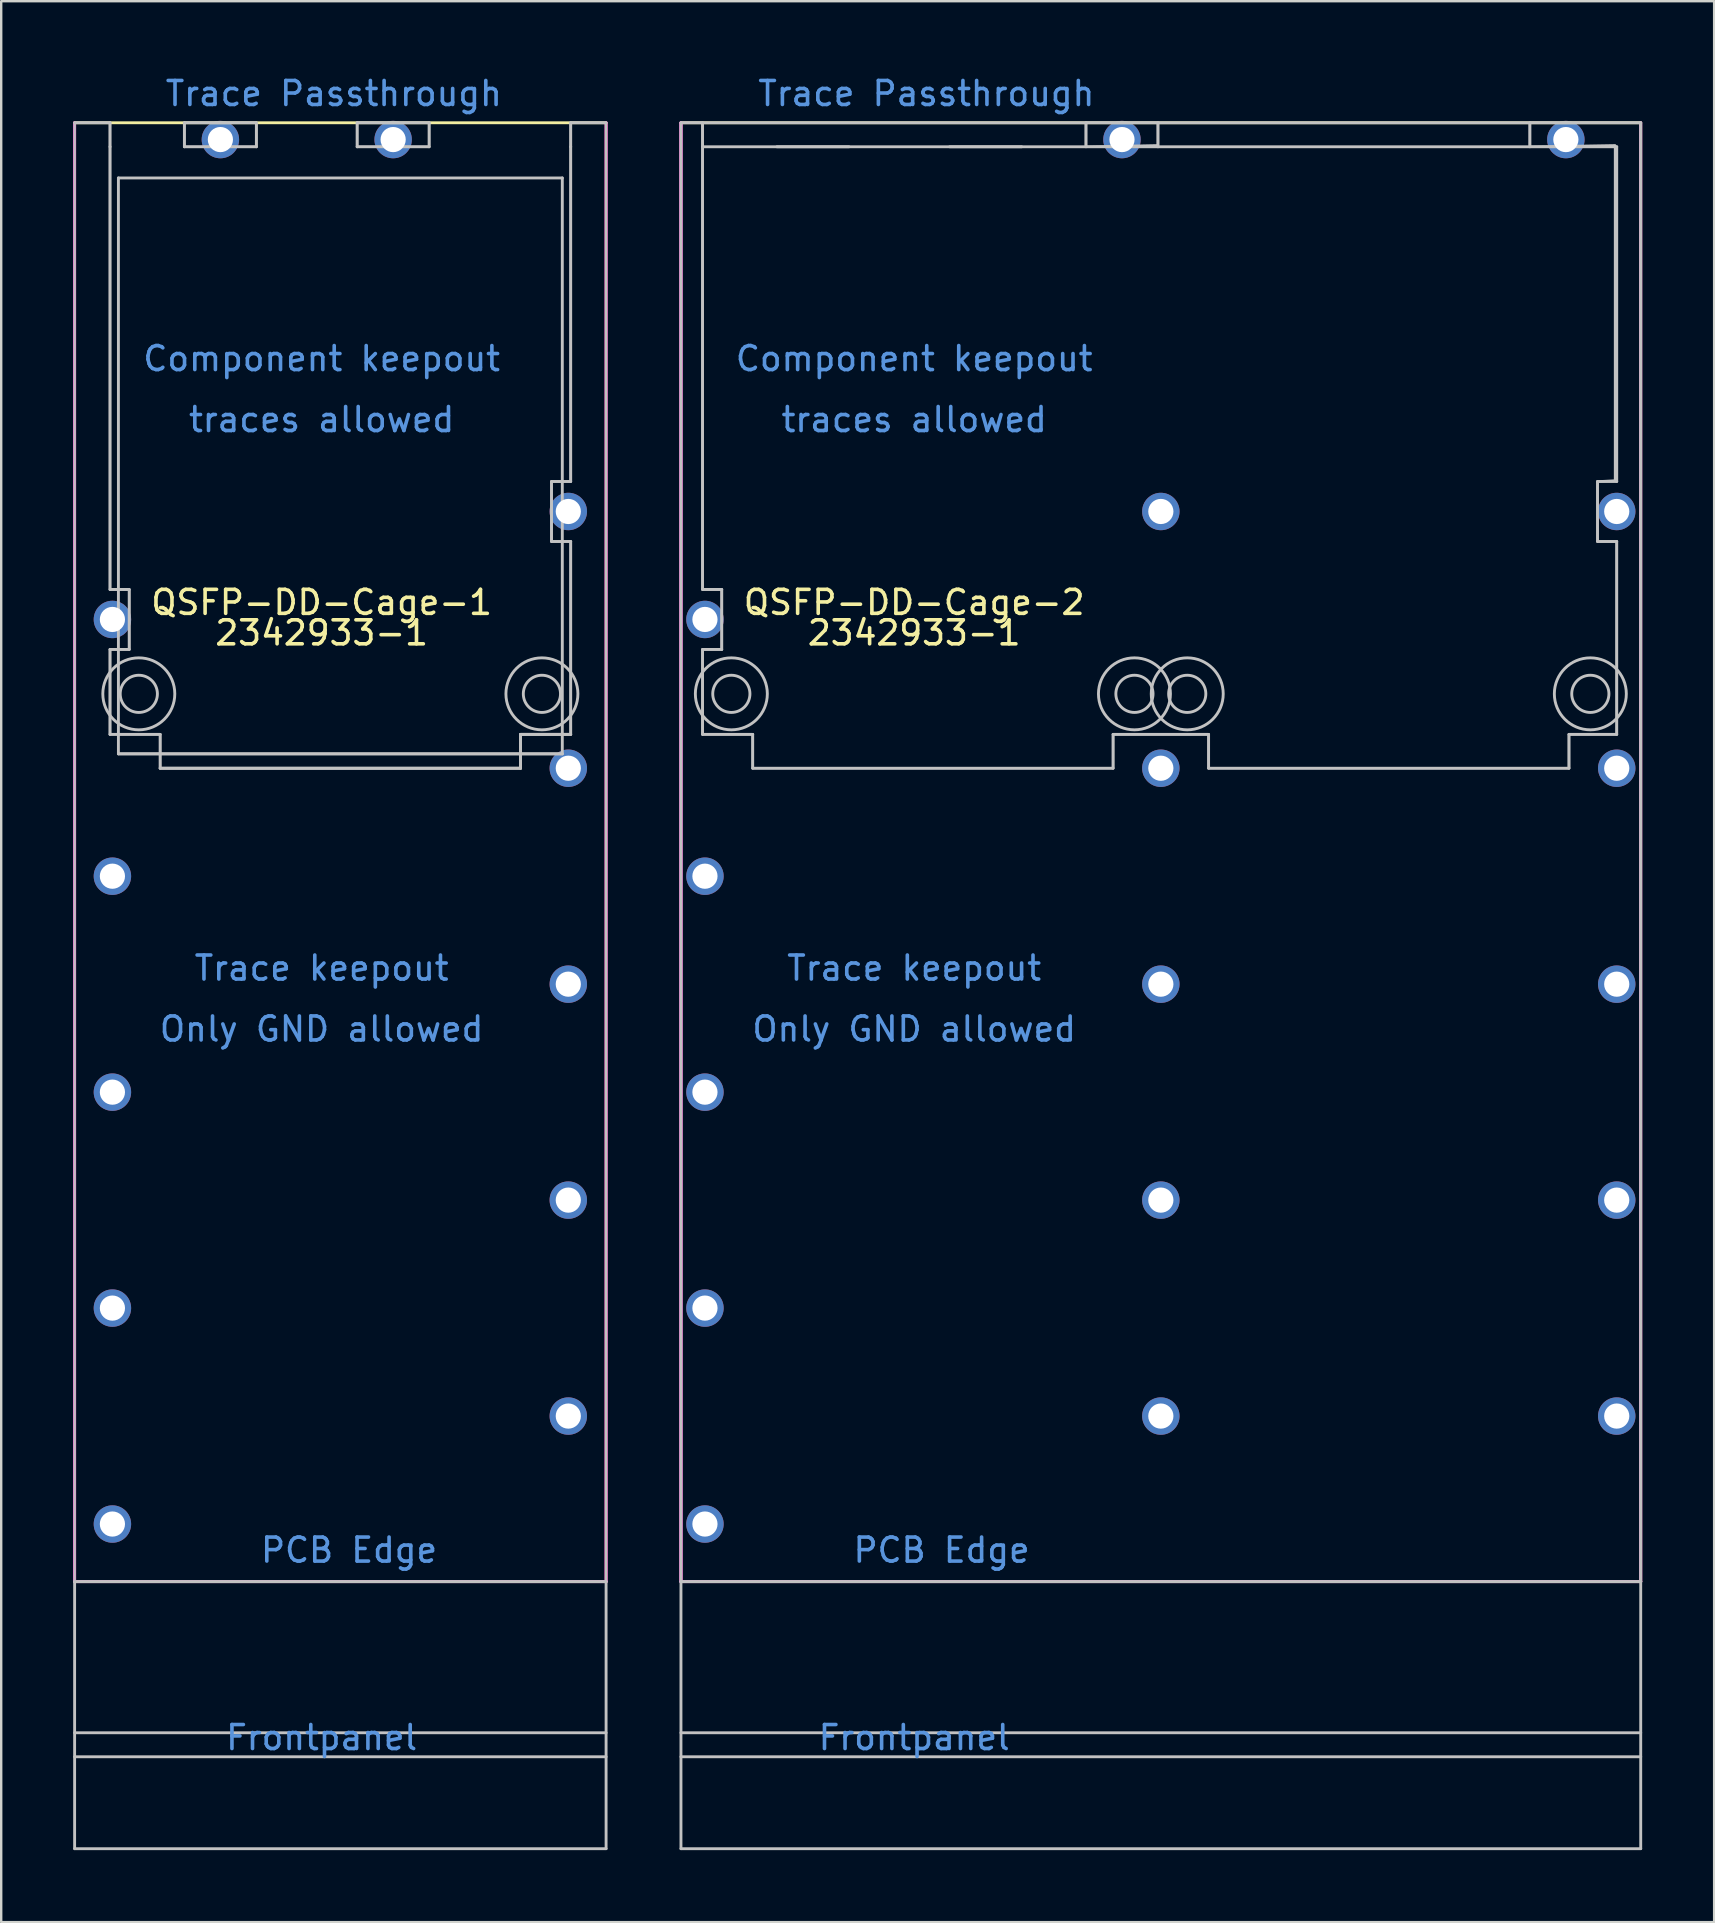
<source format=kicad_pcb>
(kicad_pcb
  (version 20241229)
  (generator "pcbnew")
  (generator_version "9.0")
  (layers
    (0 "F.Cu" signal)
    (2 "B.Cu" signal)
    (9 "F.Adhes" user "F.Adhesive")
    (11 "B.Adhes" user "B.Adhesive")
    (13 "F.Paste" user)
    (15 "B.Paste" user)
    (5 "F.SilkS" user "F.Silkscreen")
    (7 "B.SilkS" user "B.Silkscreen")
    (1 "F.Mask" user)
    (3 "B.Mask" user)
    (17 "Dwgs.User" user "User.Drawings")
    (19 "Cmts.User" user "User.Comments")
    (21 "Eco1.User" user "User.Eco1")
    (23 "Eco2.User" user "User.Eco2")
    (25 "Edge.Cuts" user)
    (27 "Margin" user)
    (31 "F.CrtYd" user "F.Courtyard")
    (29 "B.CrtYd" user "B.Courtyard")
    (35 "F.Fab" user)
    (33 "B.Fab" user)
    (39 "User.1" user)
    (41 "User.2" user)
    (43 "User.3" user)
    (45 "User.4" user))
  (footprint "QSFP-DD-Cage-1"
    (layer "F.Cu")
    (at 2.735 25.867)
    (property "Reference" "QSFP-DD-Cage-1" (at 7.62 -3.81 0) (layer "F.SilkS") (effects (font (size 1 1) (thickness 0.15))))
    (attr smd)
    (fp_line (start -2.675 -23.8) (end 19.475 -23.8) (stroke (width 0.12) (type solid)) (layer "F.SilkS"))
    (fp_line (start -2.675 37) (end -2.675 -23.8) (stroke (width 0.12) (type solid)) (layer "F.SilkS"))
    (fp_line (start 19.475 -23.8) (end 19.475 37) (stroke (width 0.12) (type solid)) (layer "F.SilkS"))
    (fp_line (start 19.475 37) (end -2.675 37) (stroke (width 0.12) (type solid)) (layer "F.SilkS"))
    (fp_line (start -2.675 -23.8) (end -1.2 -23.8) (stroke (width 0.12) (type solid)) (layer "Dwgs.User"))
    (fp_line (start -2.675 37) (end -2.675 48.13) (stroke (width 0.12) (type solid)) (layer "Dwgs.User"))
    (fp_line (start -1.2 -22.8) (end -1.2 -23.8) (stroke (width 0.12) (type solid)) (layer "Dwgs.User"))
    (fp_line (start -1.2 -22.8) (end -1.2 -4.35) (stroke (width 0.12) (type solid)) (layer "Dwgs.User"))
    (fp_line (start -1.2 -4.35) (end -0.4 -4.35) (stroke (width 0.12) (type solid)) (layer "Dwgs.User"))
    (fp_line (start -1.2 -1.85) (end -1.2 1.69) (stroke (width 0.12) (type solid)) (layer "Dwgs.User"))
    (fp_line (start -1.2 -1.85) (end -0.4 -1.85) (stroke (width 0.12) (type solid)) (layer "Dwgs.User"))
    (fp_line (start -1.2 1.69) (end 0.89 1.69) (stroke (width 0.12) (type solid)) (layer "Dwgs.User"))
    (fp_line (start -0.85 -21.5) (end -0.85 2.5) (stroke (width 0.12) (type solid)) (layer "Dwgs.User"))
    (fp_line (start -0.85 -21.5) (end 17.65 -21.5) (stroke (width 0.12) (type solid)) (layer "Dwgs.User"))
    (fp_line (start -0.85 2.5) (end 17.65 2.5) (stroke (width 0.12) (type solid)) (layer "Dwgs.User"))
    (fp_line (start -0.85 2.5) (end 17.65 2.5) (stroke (width 0.12) (type solid)) (layer "Dwgs.User"))
    (fp_line (start -0.4 -4.35) (end -0.4 -1.85) (stroke (width 0.12) (type solid)) (layer "Dwgs.User"))
    (fp_line (start 0.89 1.69) (end 0.89 3.1) (stroke (width 0.12) (type solid)) (layer "Dwgs.User"))
    (fp_line (start 0.89 3.1) (end 15.91 3.1) (stroke (width 0.12) (type solid)) (layer "Dwgs.User"))
    (fp_line (start 0.89 3.1) (end 15.91 3.1) (stroke (width 0.12) (type solid)) (layer "Dwgs.User"))
    (fp_line (start 1.9 -23.8) (end 4.9 -23.8) (stroke (width 0.12) (type solid)) (layer "Dwgs.User"))
    (fp_line (start 1.9 -22.8) (end 1.9 -23.8) (stroke (width 0.12) (type solid)) (layer "Dwgs.User"))
    (fp_line (start 1.9 -22.8) (end 4.9 -22.8) (stroke (width 0.12) (type solid)) (layer "Dwgs.User"))
    (fp_line (start 4.9 -22.8) (end 4.9 -23.8) (stroke (width 0.12) (type solid)) (layer "Dwgs.User"))
    (fp_line (start 9.1 -23.8) (end 12.1 -23.8) (stroke (width 0.12) (type solid)) (layer "Dwgs.User"))
    (fp_line (start 9.1 -22.8) (end 9.1 -23.8) (stroke (width 0.12) (type solid)) (layer "Dwgs.User"))
    (fp_line (start 9.1 -22.8) (end 12.1 -22.8) (stroke (width 0.12) (type solid)) (layer "Dwgs.User"))
    (fp_line (start 12.1 -22.8) (end 12.1 -23.8) (stroke (width 0.12) (type solid)) (layer "Dwgs.User"))
    (fp_line (start 15.91 1.69) (end 18 1.69) (stroke (width 0.12) (type solid)) (layer "Dwgs.User"))
    (fp_line (start 15.91 1.69) (end 18 1.69) (stroke (width 0.12) (type solid)) (layer "Dwgs.User"))
    (fp_line (start 15.91 3.1) (end 15.91 1.69) (stroke (width 0.12) (type solid)) (layer "Dwgs.User"))
    (fp_line (start 15.91 3.1) (end 15.91 1.69) (stroke (width 0.12) (type solid)) (layer "Dwgs.User"))
    (fp_line (start 17.2 -8.85) (end 18 -8.85) (stroke (width 0.12) (type solid)) (layer "Dwgs.User"))
    (fp_line (start 17.2 -6.35) (end 17.2 -8.85) (stroke (width 0.12) (type solid)) (layer "Dwgs.User"))
    (fp_line (start 17.2 -6.35) (end 18 -6.35) (stroke (width 0.12) (type solid)) (layer "Dwgs.User"))
    (fp_line (start 17.65 -21.5) (end 17.65 2.5) (stroke (width 0.12) (type solid)) (layer "Dwgs.User"))
    (fp_line (start 18 -23.8) (end 19.475 -23.8) (stroke (width 0.12) (type solid)) (layer "Dwgs.User"))
    (fp_line (start 18 -22.8) (end 18 -23.8) (stroke (width 0.12) (type solid)) (layer "Dwgs.User"))
    (fp_line (start 18 -22.8) (end 18 -8.85) (stroke (width 0.12) (type solid)) (layer "Dwgs.User"))
    (fp_line (start 18 1.69) (end 18 -6.35) (stroke (width 0.12) (type solid)) (layer "Dwgs.User"))
    (fp_line (start 19.475 37) (end -2.675 37) (stroke (width 0.12) (type solid)) (layer "Dwgs.User"))
    (fp_line (start 19.475 37) (end 19.475 48.13) (stroke (width 0.12) (type solid)) (layer "Dwgs.User"))
    (fp_line (start 19.475 43.3) (end -2.675 43.3) (stroke (width 0.12) (type solid)) (layer "Dwgs.User"))
    (fp_line (start 19.475 44.3) (end -2.675 44.3) (stroke (width 0.12) (type solid)) (layer "Dwgs.User"))
    (fp_line (start 19.475 48.13) (end -2.675 48.13) (stroke (width 0.12) (type solid)) (layer "Dwgs.User"))
    (fp_circle (center 0 0) (end 0.775 0) (stroke (width 0.12) (type solid)) (fill no) (layer "Dwgs.User"))
    (fp_circle (center 0 0) (end 1.5 0) (stroke (width 0.12) (type solid)) (fill no) (layer "Dwgs.User"))
    (fp_circle (center 16.8 0) (end 17.575 0) (stroke (width 0.12) (type solid)) (fill no) (layer "Dwgs.User"))
    (fp_circle (center 16.8 0) (end 18.3 0) (stroke (width 0.12) (type solid)) (fill no) (layer "Dwgs.User"))
    (fp_poly (pts (xy 4.9 -22.8) (xy 1.9 -22.8) (xy 1.9 -23.8) (xy 4.9 -23.8)) (stroke (width 0.1) (type solid)) (fill no) (layer "Dwgs.User"))
    (fp_poly (pts (xy 12.1 -22.8) (xy 9.1 -22.8) (xy 9.1 -23.8) (xy 12.1 -23.8)) (stroke (width 0.1) (type solid)) (fill no) (layer "Dwgs.User"))
    (fp_poly (pts (xy -1.2 -4.35) (xy -0.4 -4.35) (xy -0.4 -1.85) (xy -1.2 -1.85) (xy -1.2 1.69) (xy 0.89 1.69) (xy 0.89 3.1) (xy 15.91 3.1) (xy 15.91 1.69) (xy 18 1.69) (xy 18 -6.35) (xy 17.2 -6.35) (xy 17.2 -8.85) (xy 18 -8.85) (xy 18 -23.8) (xy 19.475 -23.8) (xy 19.475 37) (xy -2.675 37) (xy -2.675 -23.8) (xy -1.2 -23.8)) (stroke (width 0.1) (type solid)) (fill no) (layer "Dwgs.User"))
    (fp_line (start -2.675 37) (end -2.675 -23.8) (stroke (width 0.12) (type solid)) (layer "F.CrtYd"))
    (fp_line (start 19.475 -23.8) (end 19.475 37) (stroke (width 0.12) (type solid)) (layer "F.CrtYd"))
    (fp_line (start 19.475 37) (end -2.675 37) (stroke (width 0.12) (type solid)) (layer "F.CrtYd"))
    (fp_text user "2342933-1" (at 7.62 -2.54 0) (layer "F.SilkS") (effects (font (size 1 1) (thickness 0.15))))
    (fp_text user "PCB Edge" (at 8.763 35.687 0) (layer "Cmts.User") (effects (font (size 1 1) (thickness 0.15))))
    (fp_text user "Frontpanel" (at 7.62 43.5 0) (layer "Cmts.User") (effects (font (size 1 1) (thickness 0.15))))
    (fp_text user "Trace keepout" (at 7.62 11.43 0) (layer "Cmts.User") (effects (font (size 1 1) (thickness 0.15))))
    (fp_text user "Only GND allowed" (at 7.62 13.97 0) (layer "Cmts.User") (effects (font (size 1 1) (thickness 0.15))))
    (fp_text user "traces allowed" (at 7.62 -11.43 0) (layer "Cmts.User") (effects (font (size 1 1) (thickness 0.15))))
    (fp_text user "Component keepout" (at 7.62 -13.97 0) (layer "Cmts.User") (effects (font (size 1 1) (thickness 0.15))))
    (fp_text user "Trace Passthrough" (at 8.128 -25.019 0) (layer "Cmts.User") (effects (font (size 1 1) (thickness 0.15))))
    (pad "C" thru_hole circle (at -1.1 -3.1) (size 1.56 1.56) (drill 1.05) (layers "*.Cu" "*.Mask"))
    (pad "C" thru_hole circle (at -1.1 7.6) (size 1.56 1.56) (drill 1.05) (layers "*.Cu" "*.Mask"))
    (pad "C" thru_hole circle (at -1.1 16.6) (size 1.56 1.56) (drill 1.05) (layers "*.Cu" "*.Mask"))
    (pad "C" thru_hole circle (at -1.1 25.6) (size 1.56 1.56) (drill 1.05) (layers "*.Cu" "*.Mask"))
    (pad "C" thru_hole circle (at -1.1 34.6) (size 1.56 1.56) (drill 1.05) (layers "*.Cu" "*.Mask"))
    (pad "C" thru_hole circle (at 3.4 -23.1) (size 1.56 1.56) (drill 1.05) (layers "*.Cu" "*.Mask"))
    (pad "C" thru_hole circle (at 10.6 -23.1) (size 1.56 1.56) (drill 1.05) (layers "*.Cu" "*.Mask"))
    (pad "C" thru_hole circle (at 17.9 -7.6) (size 1.56 1.56) (drill 1.05) (layers "*.Cu" "*.Mask"))
    (pad "C" thru_hole circle (at 17.9 3.1) (size 1.56 1.56) (drill 1.05) (layers "*.Cu" "*.Mask"))
    (pad "C" thru_hole circle (at 17.9 12.1) (size 1.56 1.56) (drill 1.05) (layers "*.Cu" "*.Mask"))
    (pad "C" thru_hole circle (at 17.9 21.1) (size 1.56 1.56) (drill 1.05) (layers "*.Cu" "*.Mask"))
    (pad "C" thru_hole circle (at 17.9 30.1) (size 1.56 1.56) (drill 1.05) (layers "*.Cu" "*.Mask")))
  (footprint "QSFP-DD-Cage-2"
    (layer "F.Cu")
    (at 27.43 25.867)
    (property "Reference" "QSFP-DD-Cage-2" (at 7.62 -3.81 0) (layer "F.SilkS") (effects (font (size 1 1) (thickness 0.15))))
    (attr smd)
    (fp_line (start -2.1 -23.8) (end 37.9 -23.8) (stroke (width 0.12) (type solid)) (layer "F.SilkS"))
    (fp_line (start -2.1 37) (end -2.1 -23.8) (stroke (width 0.12) (type solid)) (layer "F.SilkS"))
    (fp_line (start 37.9 -23.8) (end 37.9 37) (stroke (width 0.12) (type solid)) (layer "F.SilkS"))
    (fp_line (start 37.9 37) (end -2.1 37) (stroke (width 0.12) (type solid)) (layer "F.SilkS"))
    (fp_line (start -2.1 -23.8) (end 37.9 -23.8) (stroke (width 0.12) (type solid)) (layer "Dwgs.User"))
    (fp_line (start -2.1 37) (end -2.1 -23.8) (stroke (width 0.12) (type solid)) (layer "Dwgs.User"))
    (fp_line (start -2.1 37) (end -2.1 48.13) (stroke (width 0.12) (type solid)) (layer "Dwgs.User"))
    (fp_line (start -1.2 -23.8) (end -1.2 -22.8) (stroke (width 0.12) (type solid)) (layer "Dwgs.User"))
    (fp_line (start -1.2 -22.8) (end -1.2 -4.35) (stroke (width 0.12) (type solid)) (layer "Dwgs.User"))
    (fp_line (start -1.2 -22.8) (end 36.9 -22.8) (stroke (width 0.12) (type solid)) (layer "Dwgs.User"))
    (fp_line (start -1.2 -4.35) (end -0.4 -4.35) (stroke (width 0.12) (type solid)) (layer "Dwgs.User"))
    (fp_line (start -1.2 -1.85) (end -1.2 1.69) (stroke (width 0.12) (type solid)) (layer "Dwgs.User"))
    (fp_line (start -1.2 -1.85) (end -0.4 -1.85) (stroke (width 0.12) (type solid)) (layer "Dwgs.User"))
    (fp_line (start -1.2 1.69) (end 0.89 1.69) (stroke (width 0.12) (type solid)) (layer "Dwgs.User"))
    (fp_line (start -0.4 -4.35) (end -0.4 -1.85) (stroke (width 0.12) (type solid)) (layer "Dwgs.User"))
    (fp_line (start 0.89 1.69) (end 0.89 3.1) (stroke (width 0.12) (type solid)) (layer "Dwgs.User"))
    (fp_line (start 0.89 3.1) (end 15.91 3.1) (stroke (width 0.12) (type solid)) (layer "Dwgs.User"))
    (fp_line (start 1.9 -22.8) (end 4.9 -22.8) (stroke (width 0.12) (type solid)) (layer "Dwgs.User"))
    (fp_line (start 9.1 -22.8) (end 12.1 -22.8) (stroke (width 0.12) (type solid)) (layer "Dwgs.User"))
    (fp_line (start 14.78 -23.8) (end 14.78 -22.8) (stroke (width 0.12) (type solid)) (layer "Dwgs.User"))
    (fp_line (start 15.91 1.69) (end 15.91 3.1) (stroke (width 0.12) (type solid)) (layer "Dwgs.User"))
    (fp_line (start 15.91 1.69) (end 19.89 1.69) (stroke (width 0.12) (type solid)) (layer "Dwgs.User"))
    (fp_line (start 17.78 -23.8) (end 17.78 -22.8) (stroke (width 0.12) (type solid)) (layer "Dwgs.User"))
    (fp_line (start 19.89 1.69) (end 19.89 3.1) (stroke (width 0.12) (type solid)) (layer "Dwgs.User"))
    (fp_line (start 19.89 3.1) (end 34.91 3.1) (stroke (width 0.12) (type solid)) (layer "Dwgs.User"))
    (fp_line (start 33.28 -23.8) (end 33.28 -22.8) (stroke (width 0.12) (type solid)) (layer "Dwgs.User"))
    (fp_line (start 34.91 1.69) (end 36.9 1.69) (stroke (width 0.12) (type solid)) (layer "Dwgs.User"))
    (fp_line (start 34.91 3.1) (end 34.91 1.69) (stroke (width 0.12) (type solid)) (layer "Dwgs.User"))
    (fp_line (start 36.1 -8.85) (end 36.9 -8.85) (stroke (width 0.12) (type solid)) (layer "Dwgs.User"))
    (fp_line (start 36.1 -6.35) (end 36.1 -8.85) (stroke (width 0.12) (type solid)) (layer "Dwgs.User"))
    (fp_line (start 36.1 -6.35) (end 36.9 -6.35) (stroke (width 0.12) (type solid)) (layer "Dwgs.User"))
    (fp_line (start 36.9 -22.8) (end 36.9 -8.85) (stroke (width 0.12) (type solid)) (layer "Dwgs.User"))
    (fp_line (start 36.9 1.69) (end 36.9 -6.35) (stroke (width 0.12) (type solid)) (layer "Dwgs.User"))
    (fp_line (start 37.9 -23.8) (end 37.9 37) (stroke (width 0.12) (type solid)) (layer "Dwgs.User"))
    (fp_line (start 37.9 37) (end -2.1 37) (stroke (width 0.12) (type solid)) (layer "Dwgs.User"))
    (fp_line (start 37.9 37) (end 37.9 48.13) (stroke (width 0.12) (type solid)) (layer "Dwgs.User"))
    (fp_line (start 37.9 43.3) (end -2.1 43.3) (stroke (width 0.12) (type solid)) (layer "Dwgs.User"))
    (fp_line (start 37.9 44.3) (end -2.1 44.3) (stroke (width 0.12) (type solid)) (layer "Dwgs.User"))
    (fp_line (start 37.9 48.13) (end -2.1 48.13) (stroke (width 0.12) (type solid)) (layer "Dwgs.User"))
    (fp_circle (center 0 0) (end 0.775 0) (stroke (width 0.12) (type solid)) (fill no) (layer "Dwgs.User"))
    (fp_circle (center 0 0) (end 1.5 0) (stroke (width 0.12) (type solid)) (fill no) (layer "Dwgs.User"))
    (fp_circle (center 16.8 0) (end 17.575 0) (stroke (width 0.12) (type solid)) (fill no) (layer "Dwgs.User"))
    (fp_circle (center 16.8 0) (end 18.3 0) (stroke (width 0.12) (type solid)) (fill no) (layer "Dwgs.User"))
    (fp_circle (center 19 0) (end 19.775 0) (stroke (width 0.12) (type solid)) (fill no) (layer "Dwgs.User"))
    (fp_circle (center 19 0) (end 20.5 0) (stroke (width 0.12) (type solid)) (fill no) (layer "Dwgs.User"))
    (fp_circle (center 35.8 0) (end 36.575 0) (stroke (width 0.12) (type solid)) (fill no) (layer "Dwgs.User"))
    (fp_circle (center 35.8 0) (end 37.3 0) (stroke (width 0.12) (type solid)) (fill no) (layer "Dwgs.User"))
    (fp_poly (pts (xy 17.78 -22.86) (xy 14.78 -22.8) (xy 14.78 -23.8) (xy 17.78 -23.8)) (stroke (width 0.1) (type solid)) (fill no) (layer "Dwgs.User"))
    (fp_poly (pts (xy -1.2 -4.35) (xy -0.4 -4.35) (xy -0.4 -1.85) (xy -1.2 -1.85) (xy -1.2 1.69) (xy 0.89 1.69) (xy 0.89 3.1) (xy 15.91 3.1) (xy 15.91 1.69) (xy 19.89 1.69) (xy 19.89 3.1) (xy 34.91 3.1) (xy 34.91 1.69) (xy 36.9 1.69) (xy 36.9 -6.35) (xy 36.1 -6.35) (xy 36.1 -8.85) (xy 36.83 -8.89) (xy 36.83 -22.86) (xy 33.28 -22.8) (xy 33.28 -23.8) (xy 37.9 -23.8) (xy 37.9 37) (xy -2.1 37) (xy -2.1 -23.8) (xy -1.2 -23.8)) (stroke (width 0.1) (type solid)) (fill no) (layer "Dwgs.User"))
    (fp_line (start -2.1 37) (end -2.1 -23.8) (stroke (width 0.12) (type solid)) (layer "F.CrtYd"))
    (fp_line (start -2.1 37) (end -2.1 -23.8) (stroke (width 0.12) (type solid)) (layer "F.CrtYd"))
    (fp_line (start 37.9 -23.8) (end 37.9 37) (stroke (width 0.12) (type solid)) (layer "F.CrtYd"))
    (fp_line (start 37.9 37) (end -2.1 37) (stroke (width 0.12) (type solid)) (layer "F.CrtYd"))
    (fp_text user "2342933-1" (at 7.62 -2.54 0) (layer "F.SilkS") (effects (font (size 1 1) (thickness 0.15))))
    (fp_text user "Trace Passthrough" (at 8.128 -25.019 0) (layer "Cmts.User") (effects (font (size 1 1) (thickness 0.15))))
    (fp_text user "Trace keepout" (at 7.62 11.43 0) (layer "Cmts.User") (effects (font (size 1 1) (thickness 0.15))))
    (fp_text user "Only GND allowed" (at 7.62 13.97 0) (layer "Cmts.User") (effects (font (size 1 1) (thickness 0.15))))
    (fp_text user "Frontpanel" (at 7.62 43.5 0) (layer "Cmts.User") (effects (font (size 1 1) (thickness 0.15))))
    (fp_text user "traces allowed" (at 7.62 -11.43 0) (layer "Cmts.User") (effects (font (size 1 1) (thickness 0.15))))
    (fp_text user "PCB Edge" (at 8.763 35.687 0) (layer "Cmts.User") (effects (font (size 1 1) (thickness 0.15))))
    (fp_text user "Component keepout" (at 7.62 -13.97 0) (layer "Cmts.User") (effects (font (size 1 1) (thickness 0.15))))
    (pad "C" thru_hole circle (at -1.1 -3.1) (size 1.56 1.56) (drill 1.05) (layers "*.Cu" "*.Mask"))
    (pad "C" thru_hole circle (at -1.1 7.6) (size 1.56 1.56) (drill 1.05) (layers "*.Cu" "*.Mask"))
    (pad "C" thru_hole circle (at -1.1 16.6) (size 1.56 1.56) (drill 1.05) (layers "*.Cu" "*.Mask"))
    (pad "C" thru_hole circle (at -1.1 25.6) (size 1.56 1.56) (drill 1.05) (layers "*.Cu" "*.Mask"))
    (pad "C" thru_hole circle (at -1.1 34.6) (size 1.56 1.56) (drill 1.05) (layers "*.Cu" "*.Mask"))
    (pad "C" thru_hole circle (at 16.28 -23.1) (size 1.56 1.56) (drill 1.05) (layers "*.Cu" "*.Mask"))
    (pad "C" thru_hole circle (at 17.9 -7.6) (size 1.56 1.56) (drill 1.05) (layers "*.Cu" "*.Mask"))
    (pad "C" thru_hole circle (at 17.9 3.1) (size 1.56 1.56) (drill 1.05) (layers "*.Cu" "*.Mask"))
    (pad "C" thru_hole circle (at 17.9 12.1) (size 1.56 1.56) (drill 1.05) (layers "*.Cu" "*.Mask"))
    (pad "C" thru_hole circle (at 17.9 21.1) (size 1.56 1.56) (drill 1.05) (layers "*.Cu" "*.Mask"))
    (pad "C" thru_hole circle (at 17.9 30.1) (size 1.56 1.56) (drill 1.05) (layers "*.Cu" "*.Mask"))
    (pad "C" thru_hole circle (at 34.78 -23.1) (size 1.56 1.56) (drill 1.05) (layers "*.Cu" "*.Mask"))
    (pad "C" thru_hole circle (at 36.9 -7.6) (size 1.56 1.56) (drill 1.05) (layers "*.Cu" "*.Mask"))
    (pad "C" thru_hole circle (at 36.9 3.1) (size 1.56 1.56) (drill 1.05) (layers "*.Cu" "*.Mask"))
    (pad "C" thru_hole circle (at 36.9 12.1) (size 1.56 1.56) (drill 1.05) (layers "*.Cu" "*.Mask"))
    (pad "C" thru_hole circle (at 36.9 21.1) (size 1.56 1.56) (drill 1.05) (layers "*.Cu" "*.Mask"))
    (pad "C" thru_hole circle (at 36.9 30.1) (size 1.56 1.56) (drill 1.05) (layers "*.Cu" "*.Mask")))
  (gr_rect
    (start -3 -3)
    (end 68.39 77.057)
    (stroke (width 0.1) (type default))
    (fill no)
    (layer "Edge.Cuts")))
</source>
